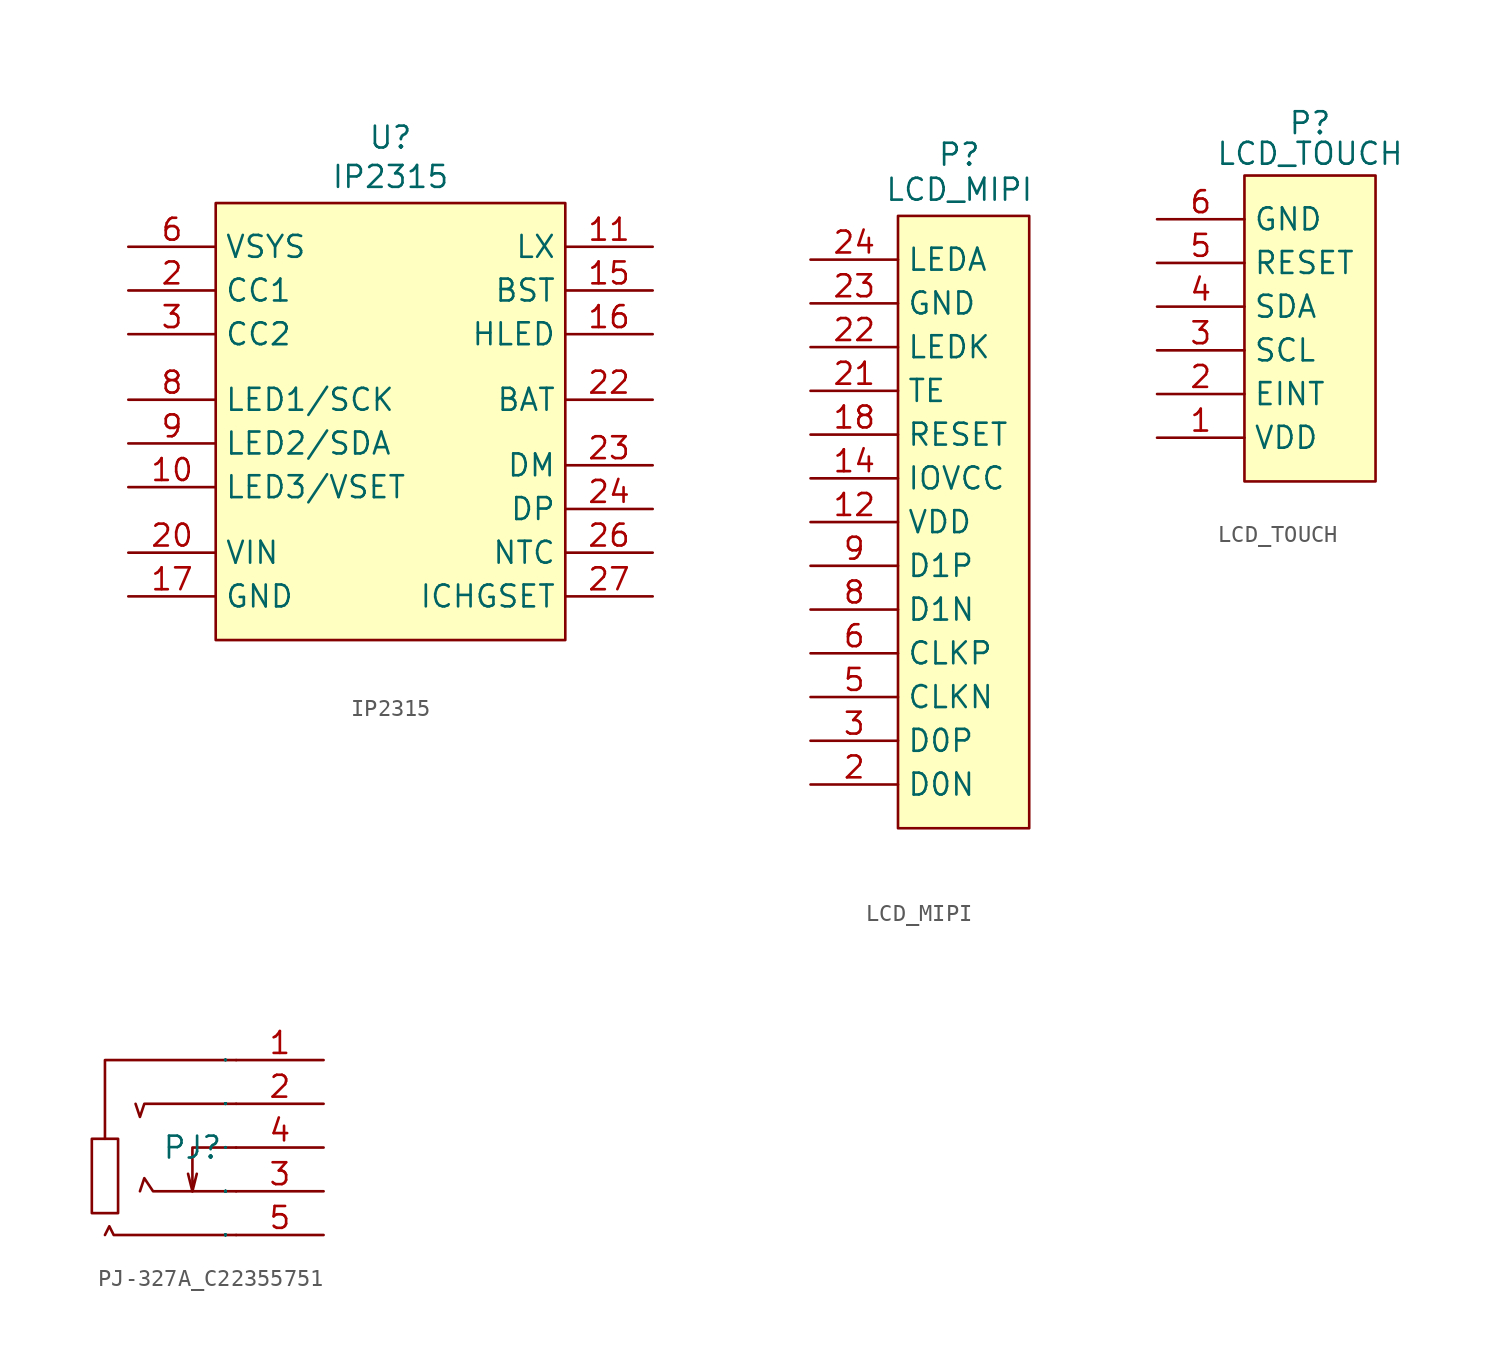
<source format=kicad_sym>
(kicad_symbol_lib
  (version 20241209)
  (generator "kicad_symbol_editor")
  (generator_version "9.0")
  (symbol "IP2315"
    (property "Reference" "U"
      (at 0 16.51 0)
      (effects (font (size 1.27 1.27))))
    (property "Value" "IP2315"
      (at 0 14.224 0)
      (effects (font (size 1.27 1.27))))
    (symbol "IP2315_1_1"
      (rectangle (start -10.16 12.7) (end 10.16 -12.7) (stroke (width 0) (type solid)) (fill (type background)))
      (pin power_in line (at -15.24 10.16 0) (length 5.08) (hide yes) (name "VSYS" (effects (font (size 1.27 1.27)))) (number "18" (effects (font (size 1.27 1.27)))))
      (pin power_in line (at -15.24 10.16 0) (length 5.08) (hide yes) (name "VSYS" (effects (font (size 1.27 1.27)))) (number "19" (effects (font (size 1.27 1.27)))))
      (pin power_in line (at -15.24 10.16 0) (length 5.08) (name "VSYS" (effects (font (size 1.27 1.27)))) (number "6" (effects (font (size 1.27 1.27)))))
      (pin power_in line (at -15.24 10.16 0) (length 5.08) (hide yes) (name "VSYS" (effects (font (size 1.27 1.27)))) (number "7" (effects (font (size 1.27 1.27)))))
      (pin input line (at -15.24 7.62 0) (length 5.08) (name "CC1" (effects (font (size 1.27 1.27)))) (number "2" (effects (font (size 1.27 1.27)))))
      (pin input line (at -15.24 5.08 0) (length 5.08) (name "CC2" (effects (font (size 1.27 1.27)))) (number "3" (effects (font (size 1.27 1.27)))))
      (pin bidirectional line (at -15.24 1.27 0) (length 5.08) (name "LED1/SCK" (effects (font (size 1.27 1.27)))) (number "8" (effects (font (size 1.27 1.27)))))
      (pin bidirectional line (at -15.24 -1.27 0) (length 5.08) (name "LED2/SDA" (effects (font (size 1.27 1.27)))) (number "9" (effects (font (size 1.27 1.27)))))
      (pin bidirectional line (at -15.24 -3.81 0) (length 5.08) (name "LED3/VSET" (effects (font (size 1.27 1.27)))) (number "10" (effects (font (size 1.27 1.27)))))
      (pin power_in line (at -15.24 -7.62 0) (length 5.08) (name "VIN" (effects (font (size 1.27 1.27)))) (number "20" (effects (font (size 1.27 1.27)))))
      (pin power_in line (at -15.24 -7.62 0) (length 5.08) (hide yes) (name "VIN" (effects (font (size 1.27 1.27)))) (number "21" (effects (font (size 1.27 1.27)))))
      (pin power_in line (at -15.24 -10.16 0) (length 5.08) (name "GND" (effects (font (size 1.27 1.27)))) (number "17" (effects (font (size 1.27 1.27)))))
      (pin power_in line (at -15.24 -10.16 0) (length 5.08) (hide yes) (name "GND" (effects (font (size 1.27 1.27)))) (number "31" (effects (font (size 1.27 1.27)))))
      (pin power_in line (at -15.24 -10.16 0) (length 5.08) (hide yes) (name "GND" (effects (font (size 1.27 1.27)))) (number "33" (effects (font (size 1.27 1.27)))))
      (pin power_out line (at 15.24 10.16 180) (length 5.08) (name "LX" (effects (font (size 1.27 1.27)))) (number "11" (effects (font (size 1.27 1.27)))))
      (pin power_out line (at 15.24 10.16 180) (length 5.08) (hide yes) (name "LX" (effects (font (size 1.27 1.27)))) (number "12" (effects (font (size 1.27 1.27)))))
      (pin power_out line (at 15.24 10.16 180) (length 5.08) (hide yes) (name "LX" (effects (font (size 1.27 1.27)))) (number "13" (effects (font (size 1.27 1.27)))))
      (pin power_out line (at 15.24 10.16 180) (length 5.08) (hide yes) (name "LX" (effects (font (size 1.27 1.27)))) (number "14" (effects (font (size 1.27 1.27)))))
      (pin input line (at 15.24 7.62 180) (length 5.08) (name "BST" (effects (font (size 1.27 1.27)))) (number "15" (effects (font (size 1.27 1.27)))))
      (pin output line (at 15.24 5.08 180) (length 5.08) (name "HLED" (effects (font (size 1.27 1.27)))) (number "16" (effects (font (size 1.27 1.27)))))
      (pin power_in line (at 15.24 1.27 180) (length 5.08) (name "BAT" (effects (font (size 1.27 1.27)))) (number "22" (effects (font (size 1.27 1.27)))))
      (pin power_in line (at 15.24 -2.54 180) (length 5.08) (name "DM" (effects (font (size 1.27 1.27)))) (number "23" (effects (font (size 1.27 1.27)))))
      (pin power_in line (at 15.24 -5.08 180) (length 5.08) (name "DP" (effects (font (size 1.27 1.27)))) (number "24" (effects (font (size 1.27 1.27)))))
      (pin input line (at 15.24 -7.62 180) (length 5.08) (name "NTC" (effects (font (size 1.27 1.27)))) (number "26" (effects (font (size 1.27 1.27)))))
      (pin input line (at 15.24 -10.16 180) (length 5.08) (name "ICHGSET" (effects (font (size 1.27 1.27)))) (number "27" (effects (font (size 1.27 1.27)))))))
  (symbol "LCD_MIPI"
    (property "Reference" "P"
      (at 3.556 3.556 0)
      (effects (font (size 1.27 1.27))))
    (property "Value" "LCD_MIPI"
      (at 3.556 1.524 0)
      (effects (font (size 1.27 1.27))))
    (symbol "LCD_MIPI_1_1"
      (rectangle (start 0 0) (end 7.62 -35.56) (stroke (width 0) (type solid)) (fill (type background)))
      (pin power_in line (at -5.08 -2.54 0) (length 5.08) (name "LEDA" (effects (font (size 1.27 1.27)))) (number "24" (effects (font (size 1.27 1.27)))))
      (pin power_in line (at -5.08 -5.08 0) (length 5.08) (hide yes) (name "GND" (effects (font (size 1.27 1.27)))) (number "1" (effects (font (size 1.27 1.27)))))
      (pin power_in line (at -5.08 -5.08 0) (length 5.08) (hide yes) (name "GND" (effects (font (size 1.27 1.27)))) (number "10" (effects (font (size 1.27 1.27)))))
      (pin power_in line (at -5.08 -5.08 0) (length 5.08) (hide yes) (name "GND" (effects (font (size 1.27 1.27)))) (number "13" (effects (font (size 1.27 1.27)))))
      (pin power_in line (at -5.08 -5.08 0) (length 5.08) (hide yes) (name "GND" (effects (font (size 1.27 1.27)))) (number "15" (effects (font (size 1.27 1.27)))))
      (pin power_in line (at -5.08 -5.08 0) (length 5.08) (hide yes) (name "GND" (effects (font (size 1.27 1.27)))) (number "17" (effects (font (size 1.27 1.27)))))
      (pin power_in line (at -5.08 -5.08 0) (length 5.08) (hide yes) (name "GND" (effects (font (size 1.27 1.27)))) (number "19" (effects (font (size 1.27 1.27)))))
      (pin power_in line (at -5.08 -5.08 0) (length 5.08) (name "GND" (effects (font (size 1.27 1.27)))) (number "23" (effects (font (size 1.27 1.27)))))
      (pin power_in line (at -5.08 -5.08 0) (length 5.08) (hide yes) (name "GND" (effects (font (size 1.27 1.27)))) (number "4" (effects (font (size 1.27 1.27)))))
      (pin power_in line (at -5.08 -5.08 0) (length 5.08) (hide yes) (name "GND" (effects (font (size 1.27 1.27)))) (number "7" (effects (font (size 1.27 1.27)))))
      (pin power_in line (at -5.08 -7.62 0) (length 5.08) (name "LEDK" (effects (font (size 1.27 1.27)))) (number "22" (effects (font (size 1.27 1.27)))))
      (pin input line (at -5.08 -10.16 0) (length 5.08) (name "TE" (effects (font (size 1.27 1.27)))) (number "21" (effects (font (size 1.27 1.27)))))
      (pin input line (at -5.08 -12.7 0) (length 5.08) (name "RESET" (effects (font (size 1.27 1.27)))) (number "18" (effects (font (size 1.27 1.27)))))
      (pin power_in line (at -5.08 -15.24 0) (length 5.08) (name "IOVCC" (effects (font (size 1.27 1.27)))) (number "14" (effects (font (size 1.27 1.27)))))
      (pin power_in line (at -5.08 -17.78 0) (length 5.08) (hide yes) (name "VDD" (effects (font (size 1.27 1.27)))) (number "11" (effects (font (size 1.27 1.27)))))
      (pin power_in line (at -5.08 -17.78 0) (length 5.08) (name "VDD" (effects (font (size 1.27 1.27)))) (number "12" (effects (font (size 1.27 1.27)))))
      (pin input line (at -5.08 -20.32 0) (length 5.08) (name "D1P" (effects (font (size 1.27 1.27)))) (number "9" (effects (font (size 1.27 1.27)))))
      (pin input line (at -5.08 -22.86 0) (length 5.08) (name "D1N" (effects (font (size 1.27 1.27)))) (number "8" (effects (font (size 1.27 1.27)))))
      (pin input line (at -5.08 -25.4 0) (length 5.08) (name "CLKP" (effects (font (size 1.27 1.27)))) (number "6" (effects (font (size 1.27 1.27)))))
      (pin input line (at -5.08 -27.94 0) (length 5.08) (name "CLKN" (effects (font (size 1.27 1.27)))) (number "5" (effects (font (size 1.27 1.27)))))
      (pin input line (at -5.08 -30.48 0) (length 5.08) (name "D0P" (effects (font (size 1.27 1.27)))) (number "3" (effects (font (size 1.27 1.27)))))
      (pin input line (at -5.08 -33.02 0) (length 5.08) (name "D0N" (effects (font (size 1.27 1.27)))) (number "2" (effects (font (size 1.27 1.27)))))))
  (symbol "LCD_TOUCH"
    (property "Reference" "P"
      (at 3.81 3.048 0)
      (effects (font (size 1.27 1.27))))
    (property "Value" "LCD_TOUCH"
      (at 3.81 1.27 0)
      (effects (font (size 1.27 1.27))))
    (symbol "LCD_TOUCH_1_1"
      (rectangle (start 0 0) (end 7.62 -17.78) (stroke (width 0) (type solid)) (fill (type background)))
      (pin input line (at -5.08 -2.54 0) (length 5.08) (name "GND" (effects (font (size 1.27 1.27)))) (number "6" (effects (font (size 1.27 1.27)))))
      (pin power_in line (at -5.08 -5.08 0) (length 5.08) (name "RESET" (effects (font (size 1.27 1.27)))) (number "5" (effects (font (size 1.27 1.27)))))
      (pin power_in line (at -5.08 -7.62 0) (length 5.08) (name "SDA" (effects (font (size 1.27 1.27)))) (number "4" (effects (font (size 1.27 1.27)))))
      (pin output line (at -5.08 -10.16 0) (length 5.08) (name "SCL" (effects (font (size 1.27 1.27)))) (number "3" (effects (font (size 1.27 1.27)))))
      (pin bidirectional line (at -5.08 -12.7 0) (length 5.08) (name "EINT" (effects (font (size 1.27 1.27)))) (number "2" (effects (font (size 1.27 1.27)))))
      (pin input line (at -5.08 -15.24 0) (length 5.08) (name "VDD" (effects (font (size 1.27 1.27)))) (number "1" (effects (font (size 1.27 1.27)))))))
  (symbol "PJ-327A_C22355751"
    (property "Reference" "PJ"
      (at 0 0 0)
      (effects (font (size 1.27 1.27))))
    (property "Value" ""
      (at 0 0 0)
      (effects (font (size 1.27 1.27))))
    (symbol "PJ-327A_C22355751_1_0"
      (rectangle (start -5.842 0.508) (end -4.318 -3.81) (stroke (width 0) (type default)) (fill (type none)))
      (polyline (pts (xy -5.08 0.508) (xy -5.08 5.08) (xy -5.08 5.08) (xy 2.54 5.08)) (stroke (width 0) (type default)) (fill (type none)))
      (polyline (pts (xy 0 -2.54) (xy -0.254 -1.524)) (stroke (width 0) (type default)) (fill (type none)))
      (polyline (pts (xy 2.54 2.54) (xy -2.794 2.54) (xy -2.794 2.54) (xy -3.048 1.778) (xy -3.048 1.778) (xy -3.302 2.54)) (stroke (width 0) (type default)) (fill (type none)))
      (polyline (pts (xy 2.54 0) (xy 0 0) (xy 0 0) (xy 0 -2.54) (xy 0 -2.54) (xy 0.254 -1.524) (xy 0.254 -1.524) (xy 0.254 -1.524)) (stroke (width 0) (type default)) (fill (type none)))
      (polyline (pts (xy 2.54 -2.54) (xy -2.286 -2.54) (xy -2.286 -2.54) (xy -2.794 -1.778) (xy -2.794 -1.778) (xy -3.048 -2.54)) (stroke (width 0) (type default)) (fill (type none)))
      (polyline (pts (xy 2.54 -5.08) (xy -4.572 -5.08) (xy -4.572 -5.08) (xy -4.826 -4.572) (xy -4.826 -4.572) (xy -5.08 -5.08)) (stroke (width 0) (type default)) (fill (type none)))
      (pin unspecified line (at 7.62 5.08 180) (length 5.08) (name "1" (effects (font (size 0.025 0.025)))) (number "1" (effects (font (size 1.27 1.27)))))
      (pin unspecified line (at 7.62 2.54 180) (length 5.08) (name "2" (effects (font (size 0.025 0.025)))) (number "2" (effects (font (size 1.27 1.27)))))
      (pin unspecified line (at 7.62 0 180) (length 5.08) (name "4" (effects (font (size 0.025 0.025)))) (number "4" (effects (font (size 1.27 1.27)))))
      (pin unspecified line (at 7.62 -2.54 180) (length 5.08) (name "3" (effects (font (size 0.025 0.025)))) (number "3" (effects (font (size 1.27 1.27)))))
      (pin unspecified line (at 7.62 -5.08 180) (length 5.08) (name "5" (effects (font (size 0.025 0.025)))) (number "5" (effects (font (size 1.27 1.27))))))))
</source>
